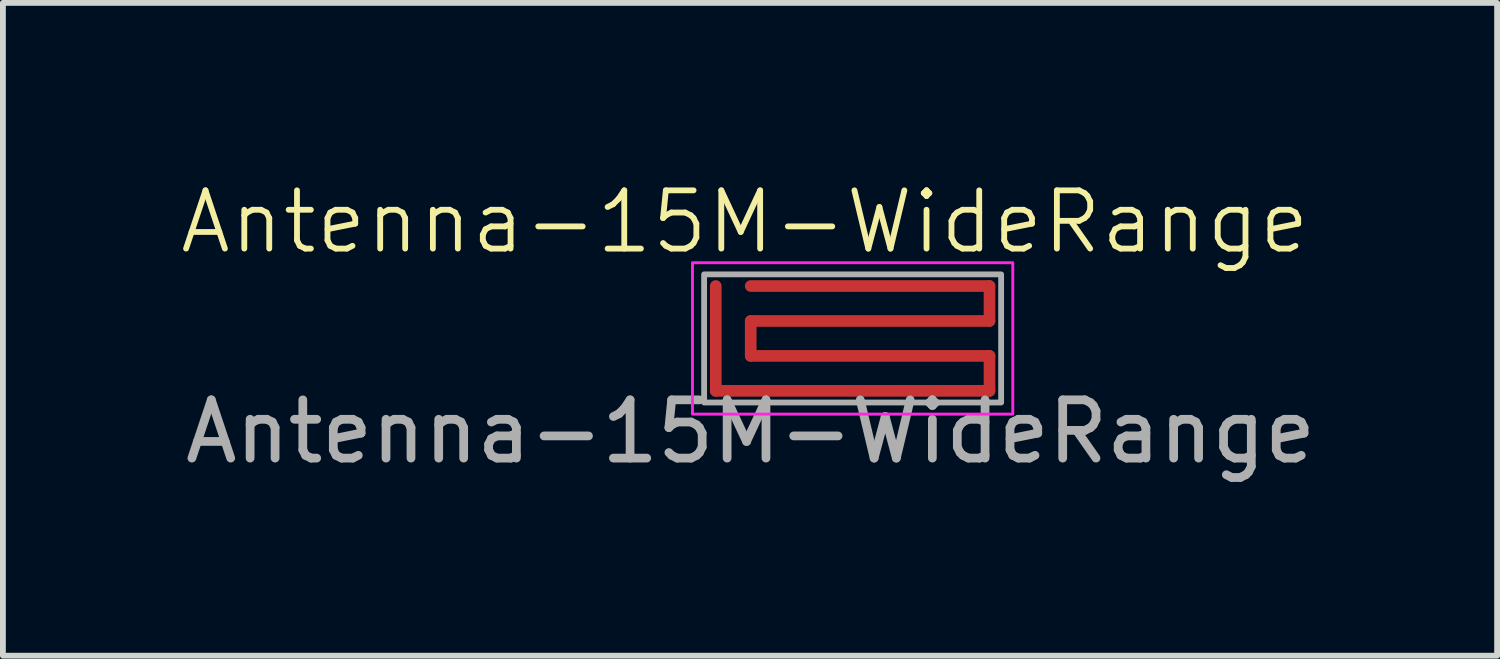
<source format=kicad_pcb>
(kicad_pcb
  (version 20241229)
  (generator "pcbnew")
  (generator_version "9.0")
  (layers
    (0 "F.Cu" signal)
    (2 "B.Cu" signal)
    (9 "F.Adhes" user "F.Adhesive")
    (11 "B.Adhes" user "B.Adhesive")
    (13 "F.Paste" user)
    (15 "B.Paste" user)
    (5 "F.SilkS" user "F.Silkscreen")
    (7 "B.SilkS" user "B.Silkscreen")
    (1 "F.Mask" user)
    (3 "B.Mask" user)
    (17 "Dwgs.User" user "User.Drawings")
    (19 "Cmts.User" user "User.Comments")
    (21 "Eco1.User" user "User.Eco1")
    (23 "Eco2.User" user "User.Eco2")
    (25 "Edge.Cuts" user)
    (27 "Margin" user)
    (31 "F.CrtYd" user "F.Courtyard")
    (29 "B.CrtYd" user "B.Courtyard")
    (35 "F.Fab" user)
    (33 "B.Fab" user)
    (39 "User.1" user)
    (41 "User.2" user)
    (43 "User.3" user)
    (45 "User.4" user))
  (footprint "Antenna-15M-WideRange"
    (layer "F.Cu")
    (at 9.84 1.861)
    (property "Reference" "Antenna-15M-WideRange" (at -0.1 -1.1 0) (unlocked yes) (layer "F.SilkS") (effects (font (size 1 1) (thickness 0.1))))
    (fp_line (start -0.6 1.8) (end -0.6 0) (stroke (width 0.2) (type default)) (layer "F.Cu"))
    (fp_line (start 0 0) (end 4.1 0) (stroke (width 0.2) (type default)) (layer "F.Cu"))
    (fp_line (start 0 0.6) (end 0 1.2) (stroke (width 0.2) (type default)) (layer "F.Cu"))
    (fp_line (start 0 1.2) (end 4.1 1.2) (stroke (width 0.2) (type default)) (layer "F.Cu"))
    (fp_line (start 4.1 0) (end 4.1 0.6) (stroke (width 0.2) (type default)) (layer "F.Cu"))
    (fp_line (start 4.1 0.6) (end 0 0.6) (stroke (width 0.2) (type default)) (layer "F.Cu"))
    (fp_line (start 4.1 1.2) (end 4.1 1.8) (stroke (width 0.2) (type default)) (layer "F.Cu"))
    (fp_line (start 4.1 1.8) (end -0.6 1.8) (stroke (width 0.2) (type default)) (layer "F.Cu"))
    (fp_line (start -0.6 1.8) (end -0.6 0) (stroke (width 0.2) (type default)) (layer "F.Mask"))
    (fp_line (start 0 0) (end 4.1 0) (stroke (width 0.2) (type default)) (layer "F.Mask"))
    (fp_line (start 0 0.6) (end 0 1.2) (stroke (width 0.2) (type default)) (layer "F.Mask"))
    (fp_line (start 0 1.2) (end 4.1 1.2) (stroke (width 0.2) (type default)) (layer "F.Mask"))
    (fp_line (start 4.1 0) (end 4.1 0.6) (stroke (width 0.2) (type default)) (layer "F.Mask"))
    (fp_line (start 4.1 0.6) (end 0 0.6) (stroke (width 0.2) (type default)) (layer "F.Mask"))
    (fp_line (start 4.1 1.2) (end 4.1 1.8) (stroke (width 0.2) (type default)) (layer "F.Mask"))
    (fp_line (start 4.1 1.8) (end -0.6 1.8) (stroke (width 0.2) (type default)) (layer "F.Mask"))
    (fp_rect (start 4.5 -0.4) (end -1 2.2) (stroke (width 0.05) (type default)) (fill no) (layer "F.CrtYd"))
    (fp_rect (start 4.3 -0.2) (end -0.8 2) (stroke (width 0.1) (type default)) (fill no) (layer "F.Fab"))
    (fp_text user "${REFERENCE}" (at 0 2.5 0) (unlocked yes) (layer "F.Fab") (effects (font (size 1 1) (thickness 0.15)))))
  (gr_rect
    (start -3 -3)
    (end 22.656 8.209)
    (stroke (width 0.1) (type default))
    (fill no)
    (layer "Edge.Cuts")))
</source>
